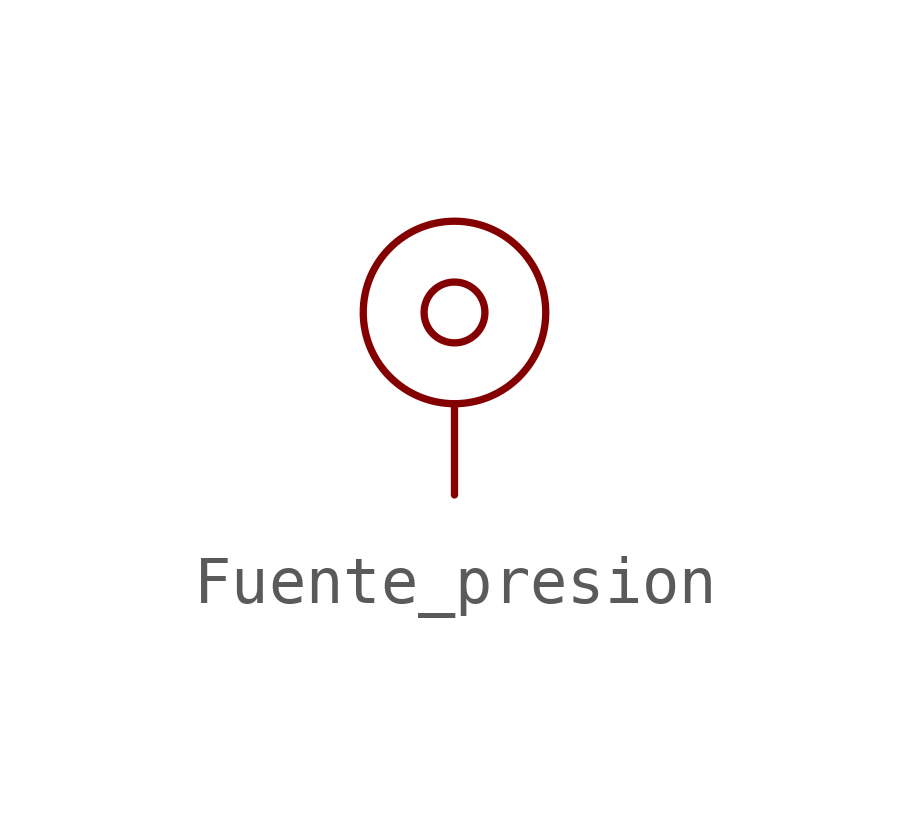
<source format=kicad_sym>
(kicad_symbol_lib
  (version 20211014)
  (generator kicad_symbol_editor)
  (symbol "Fuente_presion"
    (pin_names
      (offset 1.016))
    (property "Reference" "V"
      (at -3.175 -0.635 0)
      (effects (font (size 2.54 2.54)) (justify left) hide))
    (symbol "Fuente_presion_0_1"
      (circle (center 0 3.81) (radius 0.635) (stroke (width 0) (type default) (color 0 0 0 0)) (fill (type none)))
      (circle (center 0 3.81) (radius 1.905) (stroke (width 0) (type default) (color 0 0 0 0)) (fill (type none))))
    (symbol "Fuente_presion_1_1"
      (pin output line (at 0 0 90) (length 1.905) (name "" (effects (font (size 1.27 1.27)))) (number "" (effects (font (size 1.27 1.27))))))))
</source>
